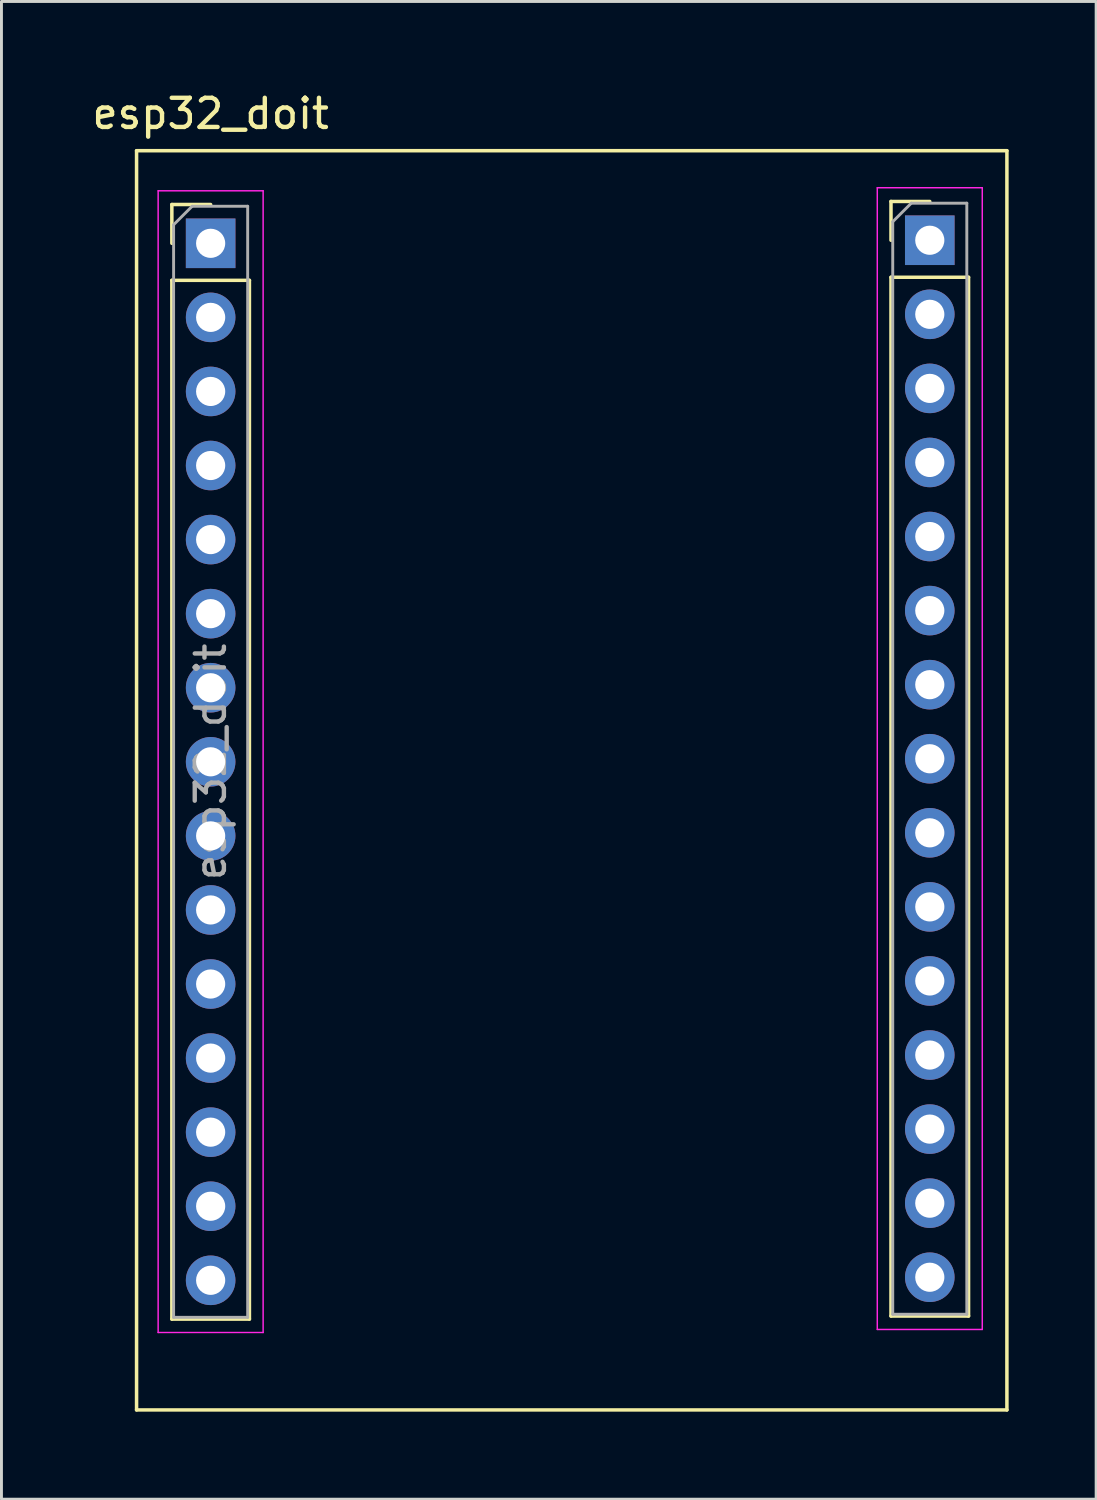
<source format=kicad_pcb>
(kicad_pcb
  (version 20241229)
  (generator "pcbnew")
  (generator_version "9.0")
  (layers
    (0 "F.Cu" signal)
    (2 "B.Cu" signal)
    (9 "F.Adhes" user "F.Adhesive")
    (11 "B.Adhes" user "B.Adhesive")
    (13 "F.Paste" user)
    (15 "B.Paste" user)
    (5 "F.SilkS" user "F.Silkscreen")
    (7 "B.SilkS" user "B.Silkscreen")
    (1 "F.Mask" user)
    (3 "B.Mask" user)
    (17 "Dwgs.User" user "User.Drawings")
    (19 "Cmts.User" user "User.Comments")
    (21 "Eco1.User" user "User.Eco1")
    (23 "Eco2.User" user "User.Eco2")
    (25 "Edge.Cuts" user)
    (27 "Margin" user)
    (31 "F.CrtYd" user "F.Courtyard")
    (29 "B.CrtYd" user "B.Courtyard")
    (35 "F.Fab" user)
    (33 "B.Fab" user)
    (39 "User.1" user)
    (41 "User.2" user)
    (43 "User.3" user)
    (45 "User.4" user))
  (footprint "esp32_doit"
    (layer "F.Cu")
    (at 15.603 4.658)
    (property "Reference" "esp32_doit" (at -11.43 -3.81 0) (layer "F.SilkS") (effects (font (size 1 1) (thickness 0.15))))
    (attr through_hole)
    (fp_line (start -13.97 -2.54) (end 15.875 -2.54) (stroke (width 0.12) (type solid)) (layer "F.SilkS"))
    (fp_line (start -13.97 40.64) (end -13.97 -2.54) (stroke (width 0.12) (type solid)) (layer "F.SilkS"))
    (fp_line (start -12.76 -0.695) (end -11.43 -0.695) (stroke (width 0.12) (type solid)) (layer "F.SilkS"))
    (fp_line (start -12.76 0.635) (end -12.76 -0.695) (stroke (width 0.12) (type solid)) (layer "F.SilkS"))
    (fp_line (start -12.76 1.905) (end -12.76 37.525) (stroke (width 0.12) (type solid)) (layer "F.SilkS"))
    (fp_line (start -12.76 1.905) (end -10.1 1.905) (stroke (width 0.12) (type solid)) (layer "F.SilkS"))
    (fp_line (start -12.76 37.525) (end -10.1 37.525) (stroke (width 0.12) (type solid)) (layer "F.SilkS"))
    (fp_line (start -10.1 1.905) (end -10.1 37.525) (stroke (width 0.12) (type solid)) (layer "F.SilkS"))
    (fp_line (start 11.9 -0.8) (end 13.23 -0.8) (stroke (width 0.12) (type solid)) (layer "F.SilkS"))
    (fp_line (start 11.9 0.53) (end 11.9 -0.8) (stroke (width 0.12) (type solid)) (layer "F.SilkS"))
    (fp_line (start 11.9 1.8) (end 11.9 37.42) (stroke (width 0.12) (type solid)) (layer "F.SilkS"))
    (fp_line (start 11.9 1.8) (end 14.56 1.8) (stroke (width 0.12) (type solid)) (layer "F.SilkS"))
    (fp_line (start 11.9 37.42) (end 14.56 37.42) (stroke (width 0.12) (type solid)) (layer "F.SilkS"))
    (fp_line (start 14.56 1.8) (end 14.56 37.42) (stroke (width 0.12) (type solid)) (layer "F.SilkS"))
    (fp_line (start 15.875 -2.54) (end 15.875 40.64) (stroke (width 0.12) (type solid)) (layer "F.SilkS"))
    (fp_line (start 15.875 40.64) (end -13.97 40.64) (stroke (width 0.12) (type solid)) (layer "F.SilkS"))
    (fp_line (start -13.23 -1.165) (end -13.23 37.985) (stroke (width 0.05) (type solid)) (layer "F.CrtYd"))
    (fp_line (start -13.23 37.985) (end -9.63 37.985) (stroke (width 0.05) (type solid)) (layer "F.CrtYd"))
    (fp_line (start -9.63 -1.165) (end -13.23 -1.165) (stroke (width 0.05) (type solid)) (layer "F.CrtYd"))
    (fp_line (start -9.63 37.985) (end -9.63 -1.165) (stroke (width 0.05) (type solid)) (layer "F.CrtYd"))
    (fp_line (start 11.43 -1.27) (end 11.43 37.88) (stroke (width 0.05) (type solid)) (layer "F.CrtYd"))
    (fp_line (start 11.43 37.88) (end 15.03 37.88) (stroke (width 0.05) (type solid)) (layer "F.CrtYd"))
    (fp_line (start 15.03 -1.27) (end 11.43 -1.27) (stroke (width 0.05) (type solid)) (layer "F.CrtYd"))
    (fp_line (start 15.03 37.88) (end 15.03 -1.27) (stroke (width 0.05) (type solid)) (layer "F.CrtYd"))
    (fp_line (start -12.7 0) (end -12.065 -0.635) (stroke (width 0.1) (type solid)) (layer "F.Fab"))
    (fp_line (start -12.7 37.465) (end -12.7 0) (stroke (width 0.1) (type solid)) (layer "F.Fab"))
    (fp_line (start -12.065 -0.635) (end -10.16 -0.635) (stroke (width 0.1) (type solid)) (layer "F.Fab"))
    (fp_line (start -10.16 -0.635) (end -10.16 37.465) (stroke (width 0.1) (type solid)) (layer "F.Fab"))
    (fp_line (start -10.16 37.465) (end -12.7 37.465) (stroke (width 0.1) (type solid)) (layer "F.Fab"))
    (fp_line (start 11.96 -0.105) (end 12.595 -0.74) (stroke (width 0.1) (type solid)) (layer "F.Fab"))
    (fp_line (start 11.96 37.36) (end 11.96 -0.105) (stroke (width 0.1) (type solid)) (layer "F.Fab"))
    (fp_line (start 12.595 -0.74) (end 14.5 -0.74) (stroke (width 0.1) (type solid)) (layer "F.Fab"))
    (fp_line (start 14.5 -0.74) (end 14.5 37.36) (stroke (width 0.1) (type solid)) (layer "F.Fab"))
    (fp_line (start 14.5 37.36) (end 11.96 37.36) (stroke (width 0.1) (type solid)) (layer "F.Fab"))
    (fp_text user "${REFERENCE}" (at -11.43 18.415 90) (layer "F.Fab") (effects (font (size 1 1) (thickness 0.15))))
    (pad "1" thru_hole rect (at -11.43 0.635) (size 1.7 1.7) (drill 1) (layers "*.Cu" "*.Mask"))
    (pad "2" thru_hole oval (at -11.43 3.175) (size 1.7 1.7) (drill 1) (layers "*.Cu" "*.Mask"))
    (pad "3" thru_hole oval (at -11.43 5.715) (size 1.7 1.7) (drill 1) (layers "*.Cu" "*.Mask"))
    (pad "4" thru_hole oval (at -11.43 8.255) (size 1.7 1.7) (drill 1) (layers "*.Cu" "*.Mask"))
    (pad "5" thru_hole oval (at -11.43 10.795) (size 1.7 1.7) (drill 1) (layers "*.Cu" "*.Mask"))
    (pad "6" thru_hole oval (at -11.43 13.335) (size 1.7 1.7) (drill 1) (layers "*.Cu" "*.Mask"))
    (pad "7" thru_hole oval (at -11.43 15.875) (size 1.7 1.7) (drill 1) (layers "*.Cu" "*.Mask"))
    (pad "8" thru_hole oval (at -11.43 18.415) (size 1.7 1.7) (drill 1) (layers "*.Cu" "*.Mask"))
    (pad "9" thru_hole oval (at -11.43 20.955) (size 1.7 1.7) (drill 1) (layers "*.Cu" "*.Mask"))
    (pad "10" thru_hole oval (at -11.43 23.495) (size 1.7 1.7) (drill 1) (layers "*.Cu" "*.Mask"))
    (pad "11" thru_hole oval (at -11.43 26.035) (size 1.7 1.7) (drill 1) (layers "*.Cu" "*.Mask"))
    (pad "12" thru_hole oval (at -11.43 28.575) (size 1.7 1.7) (drill 1) (layers "*.Cu" "*.Mask"))
    (pad "13" thru_hole oval (at -11.43 31.115) (size 1.7 1.7) (drill 1) (layers "*.Cu" "*.Mask"))
    (pad "14" thru_hole oval (at -11.43 33.655) (size 1.7 1.7) (drill 1) (layers "*.Cu" "*.Mask"))
    (pad "15" thru_hole oval (at -11.43 36.195) (size 1.7 1.7) (drill 1) (layers "*.Cu" "*.Mask"))
    (pad "16" thru_hole rect (at 13.23 0.53) (size 1.7 1.7) (drill 1) (layers "*.Cu" "*.Mask"))
    (pad "17" thru_hole oval (at 13.23 3.07) (size 1.7 1.7) (drill 1) (layers "*.Cu" "*.Mask"))
    (pad "18" thru_hole oval (at 13.23 5.61) (size 1.7 1.7) (drill 1) (layers "*.Cu" "*.Mask"))
    (pad "19" thru_hole oval (at 13.23 8.15) (size 1.7 1.7) (drill 1) (layers "*.Cu" "*.Mask"))
    (pad "20" thru_hole oval (at 13.23 10.69) (size 1.7 1.7) (drill 1) (layers "*.Cu" "*.Mask"))
    (pad "21" thru_hole oval (at 13.23 13.23) (size 1.7 1.7) (drill 1) (layers "*.Cu" "*.Mask"))
    (pad "22" thru_hole oval (at 13.23 15.77) (size 1.7 1.7) (drill 1) (layers "*.Cu" "*.Mask"))
    (pad "23" thru_hole oval (at 13.23 18.31) (size 1.7 1.7) (drill 1) (layers "*.Cu" "*.Mask"))
    (pad "24" thru_hole oval (at 13.23 20.85) (size 1.7 1.7) (drill 1) (layers "*.Cu" "*.Mask"))
    (pad "25" thru_hole oval (at 13.23 23.39) (size 1.7 1.7) (drill 1) (layers "*.Cu" "*.Mask"))
    (pad "26" thru_hole oval (at 13.23 25.93) (size 1.7 1.7) (drill 1) (layers "*.Cu" "*.Mask"))
    (pad "27" thru_hole oval (at 13.23 28.47) (size 1.7 1.7) (drill 1) (layers "*.Cu" "*.Mask"))
    (pad "28" thru_hole oval (at 13.23 31.01) (size 1.7 1.7) (drill 1) (layers "*.Cu" "*.Mask"))
    (pad "29" thru_hole oval (at 13.23 33.55) (size 1.7 1.7) (drill 1) (layers "*.Cu" "*.Mask"))
    (pad "30" thru_hole oval (at 13.23 36.09) (size 1.7 1.7) (drill 1) (layers "*.Cu" "*.Mask")))
  (gr_rect
    (start -3 -3)
    (end 34.538 48.358)
    (stroke (width 0.1) (type default))
    (fill no)
    (layer "Edge.Cuts")))
</source>
